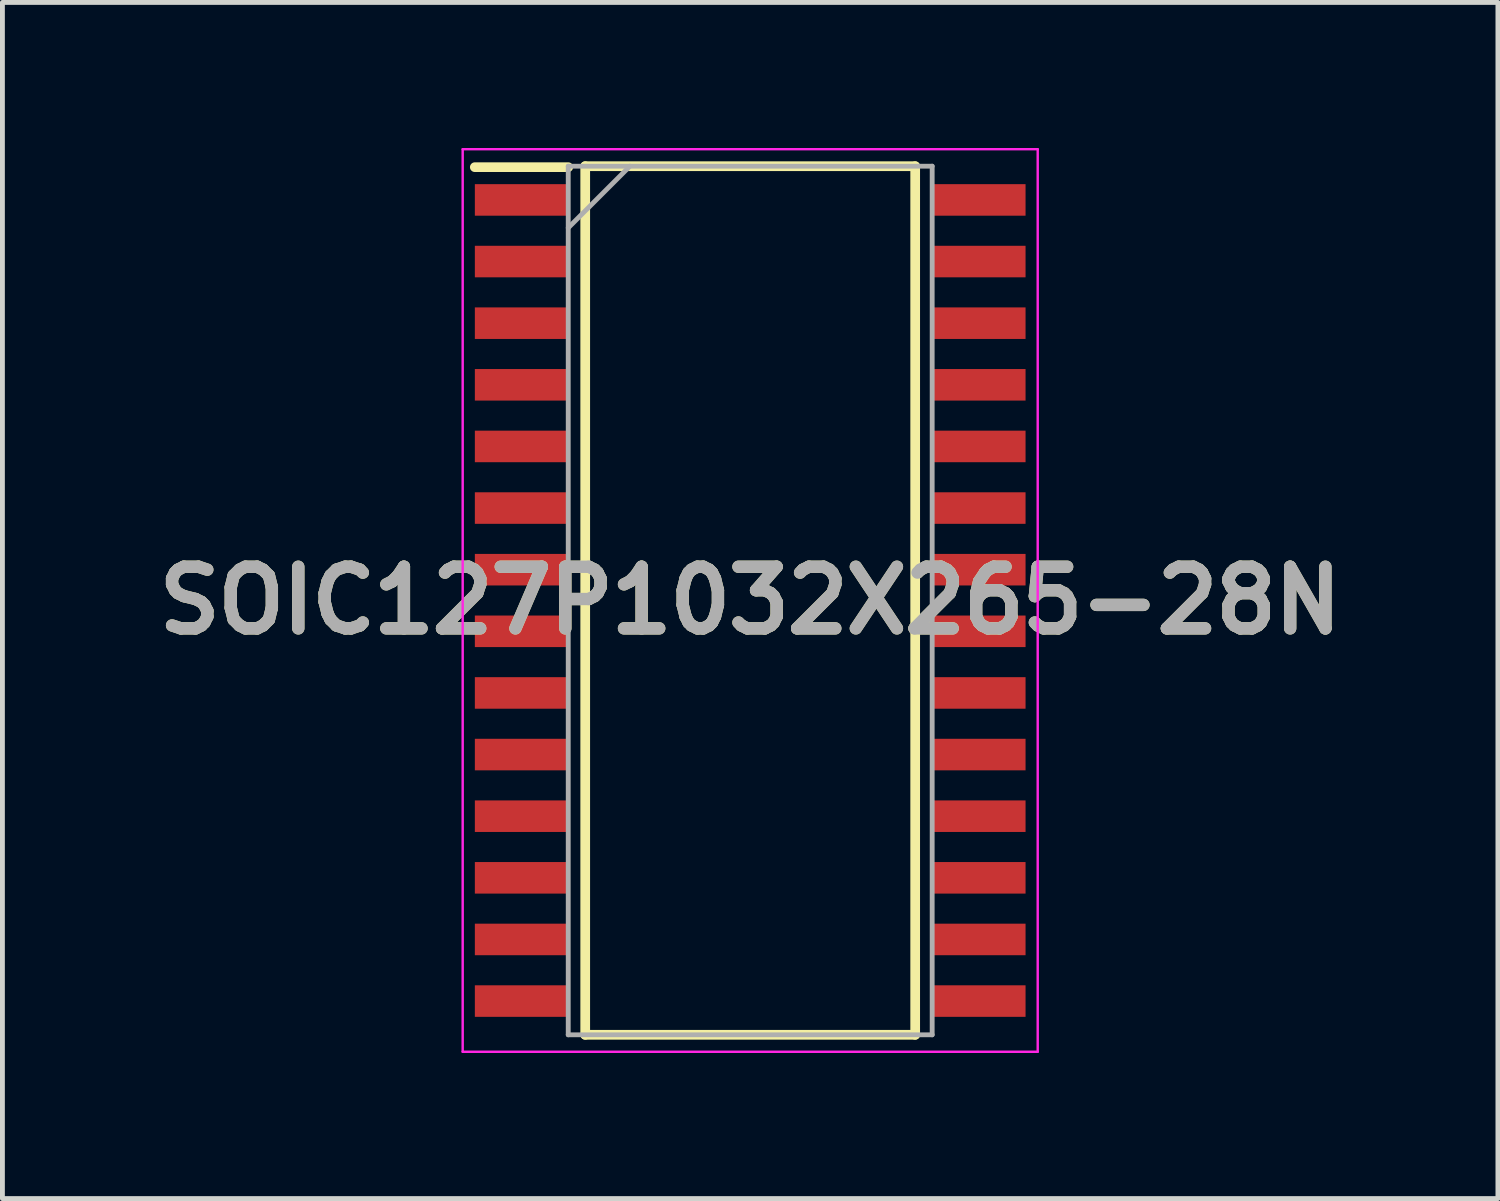
<source format=kicad_pcb>
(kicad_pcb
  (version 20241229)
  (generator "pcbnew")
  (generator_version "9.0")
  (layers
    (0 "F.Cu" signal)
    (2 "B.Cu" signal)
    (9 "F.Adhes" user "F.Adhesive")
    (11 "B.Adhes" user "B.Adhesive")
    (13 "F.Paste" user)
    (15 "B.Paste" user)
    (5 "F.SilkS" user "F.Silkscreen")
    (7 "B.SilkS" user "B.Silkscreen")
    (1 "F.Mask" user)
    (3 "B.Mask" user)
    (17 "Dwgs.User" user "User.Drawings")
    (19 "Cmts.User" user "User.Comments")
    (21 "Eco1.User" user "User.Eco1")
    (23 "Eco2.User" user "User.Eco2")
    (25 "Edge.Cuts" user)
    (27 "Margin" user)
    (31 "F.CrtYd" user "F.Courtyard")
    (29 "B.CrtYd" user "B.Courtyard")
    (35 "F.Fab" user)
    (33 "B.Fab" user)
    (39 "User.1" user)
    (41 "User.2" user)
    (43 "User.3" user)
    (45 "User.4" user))
  (footprint "SOIC127P1032X265-28N"
    (layer "F.Cu")
    (at 12.41 9.325)
    (property "Reference" "SOIC127P1032X265-28N" (at 0 0 0) (layer "F.SilkS") (effects (font (size 1.27 1.27) (thickness 0.254))))
    (attr smd)
    (fp_line (start -5.675 -8.93) (end -3.75 -8.93) (stroke (width 0.2) (type solid)) (layer "F.SilkS"))
    (fp_line (start -3.4 -8.95) (end 3.4 -8.95) (stroke (width 0.2) (type solid)) (layer "F.SilkS"))
    (fp_line (start -3.4 8.95) (end -3.4 -8.95) (stroke (width 0.2) (type solid)) (layer "F.SilkS"))
    (fp_line (start 3.4 -8.95) (end 3.4 8.95) (stroke (width 0.2) (type solid)) (layer "F.SilkS"))
    (fp_line (start 3.4 8.95) (end -3.4 8.95) (stroke (width 0.2) (type solid)) (layer "F.SilkS"))
    (fp_line (start -5.925 -9.3) (end 5.925 -9.3) (stroke (width 0.05) (type solid)) (layer "F.CrtYd"))
    (fp_line (start -5.925 9.3) (end -5.925 -9.3) (stroke (width 0.05) (type solid)) (layer "F.CrtYd"))
    (fp_line (start 5.925 -9.3) (end 5.925 9.3) (stroke (width 0.05) (type solid)) (layer "F.CrtYd"))
    (fp_line (start 5.925 9.3) (end -5.925 9.3) (stroke (width 0.05) (type solid)) (layer "F.CrtYd"))
    (fp_line (start -3.75 -8.95) (end 3.75 -8.95) (stroke (width 0.1) (type solid)) (layer "F.Fab"))
    (fp_line (start -3.75 -7.68) (end -2.48 -8.95) (stroke (width 0.1) (type solid)) (layer "F.Fab"))
    (fp_line (start -3.75 8.95) (end -3.75 -8.95) (stroke (width 0.1) (type solid)) (layer "F.Fab"))
    (fp_line (start 3.75 -8.95) (end 3.75 8.95) (stroke (width 0.1) (type solid)) (layer "F.Fab"))
    (fp_line (start 3.75 8.95) (end -3.75 8.95) (stroke (width 0.1) (type solid)) (layer "F.Fab"))
    (fp_text user "${REFERENCE}" (at 0 0 0) (layer "F.Fab") (effects (font (size 1.27 1.27) (thickness 0.254))))
    (pad "1" smd rect (at -4.712 -8.255 90) (size 0.65 1.925) (layers "F.Cu" "F.Mask" "F.Paste"))
    (pad "2" smd rect (at -4.712 -6.985 90) (size 0.65 1.925) (layers "F.Cu" "F.Mask" "F.Paste"))
    (pad "3" smd rect (at -4.712 -5.715 90) (size 0.65 1.925) (layers "F.Cu" "F.Mask" "F.Paste"))
    (pad "4" smd rect (at -4.712 -4.445 90) (size 0.65 1.925) (layers "F.Cu" "F.Mask" "F.Paste"))
    (pad "5" smd rect (at -4.712 -3.175 90) (size 0.65 1.925) (layers "F.Cu" "F.Mask" "F.Paste"))
    (pad "6" smd rect (at -4.712 -1.905 90) (size 0.65 1.925) (layers "F.Cu" "F.Mask" "F.Paste"))
    (pad "7" smd rect (at -4.712 -0.635 90) (size 0.65 1.925) (layers "F.Cu" "F.Mask" "F.Paste"))
    (pad "8" smd rect (at -4.712 0.635 90) (size 0.65 1.925) (layers "F.Cu" "F.Mask" "F.Paste"))
    (pad "9" smd rect (at -4.712 1.905 90) (size 0.65 1.925) (layers "F.Cu" "F.Mask" "F.Paste"))
    (pad "10" smd rect (at -4.712 3.175 90) (size 0.65 1.925) (layers "F.Cu" "F.Mask" "F.Paste"))
    (pad "11" smd rect (at -4.712 4.445 90) (size 0.65 1.925) (layers "F.Cu" "F.Mask" "F.Paste"))
    (pad "12" smd rect (at -4.712 5.715 90) (size 0.65 1.925) (layers "F.Cu" "F.Mask" "F.Paste"))
    (pad "13" smd rect (at -4.712 6.985 90) (size 0.65 1.925) (layers "F.Cu" "F.Mask" "F.Paste"))
    (pad "14" smd rect (at -4.712 8.255 90) (size 0.65 1.925) (layers "F.Cu" "F.Mask" "F.Paste"))
    (pad "15" smd rect (at 4.712 8.255 90) (size 0.65 1.925) (layers "F.Cu" "F.Mask" "F.Paste"))
    (pad "16" smd rect (at 4.712 6.985 90) (size 0.65 1.925) (layers "F.Cu" "F.Mask" "F.Paste"))
    (pad "17" smd rect (at 4.712 5.715 90) (size 0.65 1.925) (layers "F.Cu" "F.Mask" "F.Paste"))
    (pad "18" smd rect (at 4.712 4.445 90) (size 0.65 1.925) (layers "F.Cu" "F.Mask" "F.Paste"))
    (pad "19" smd rect (at 4.712 3.175 90) (size 0.65 1.925) (layers "F.Cu" "F.Mask" "F.Paste"))
    (pad "20" smd rect (at 4.712 1.905 90) (size 0.65 1.925) (layers "F.Cu" "F.Mask" "F.Paste"))
    (pad "21" smd rect (at 4.712 0.635 90) (size 0.65 1.925) (layers "F.Cu" "F.Mask" "F.Paste"))
    (pad "22" smd rect (at 4.712 -0.635 90) (size 0.65 1.925) (layers "F.Cu" "F.Mask" "F.Paste"))
    (pad "23" smd rect (at 4.712 -1.905 90) (size 0.65 1.925) (layers "F.Cu" "F.Mask" "F.Paste"))
    (pad "24" smd rect (at 4.712 -3.175 90) (size 0.65 1.925) (layers "F.Cu" "F.Mask" "F.Paste"))
    (pad "25" smd rect (at 4.712 -4.445 90) (size 0.65 1.925) (layers "F.Cu" "F.Mask" "F.Paste"))
    (pad "26" smd rect (at 4.712 -5.715 90) (size 0.65 1.925) (layers "F.Cu" "F.Mask" "F.Paste"))
    (pad "27" smd rect (at 4.712 -6.985 90) (size 0.65 1.925) (layers "F.Cu" "F.Mask" "F.Paste"))
    (pad "28" smd rect (at 4.712 -8.255 90) (size 0.65 1.925) (layers "F.Cu" "F.Mask" "F.Paste")))
  (gr_rect
    (start -3 -3)
    (end 27.819 21.65)
    (stroke (width 0.1) (type default))
    (fill no)
    (layer "Edge.Cuts")))
</source>
